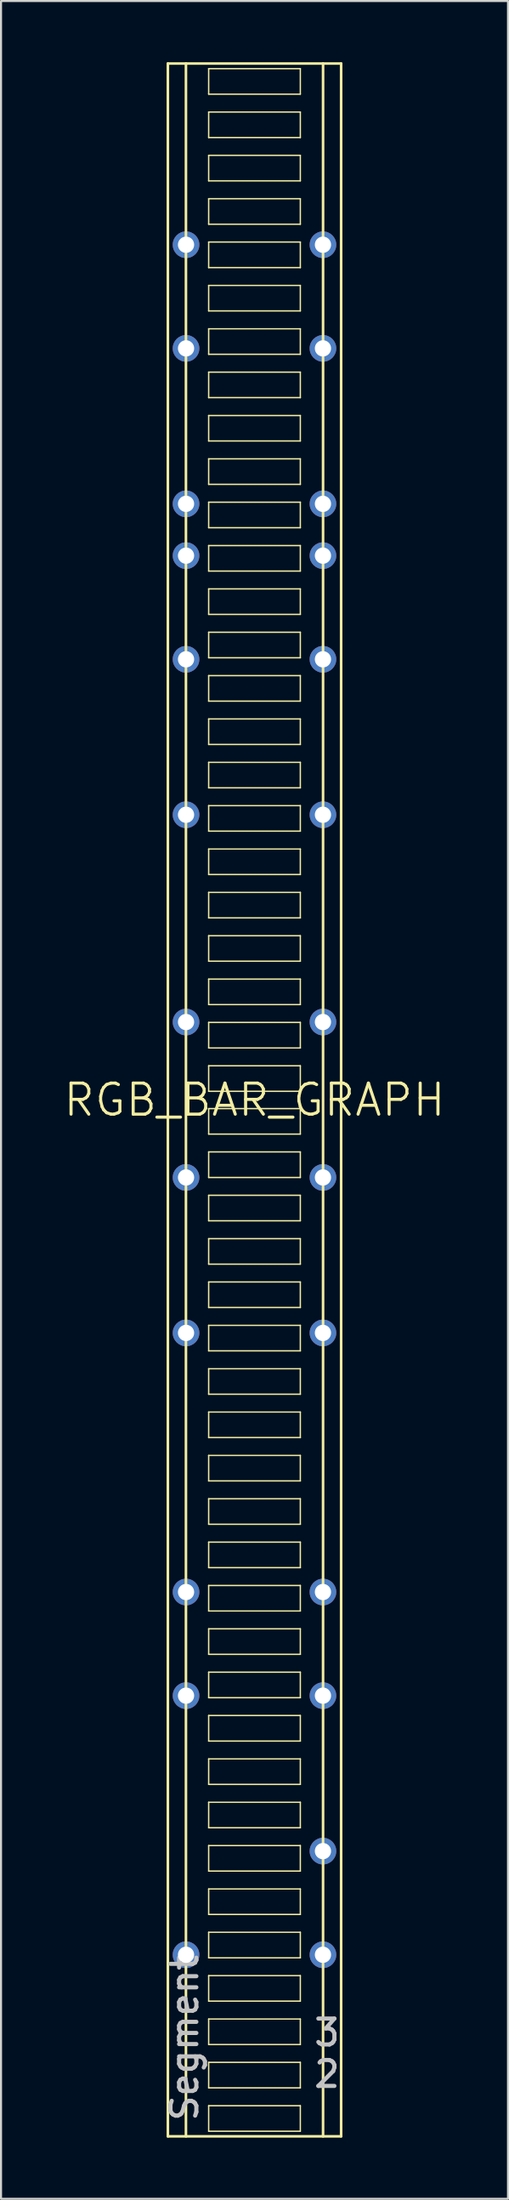
<source format=kicad_pcb>
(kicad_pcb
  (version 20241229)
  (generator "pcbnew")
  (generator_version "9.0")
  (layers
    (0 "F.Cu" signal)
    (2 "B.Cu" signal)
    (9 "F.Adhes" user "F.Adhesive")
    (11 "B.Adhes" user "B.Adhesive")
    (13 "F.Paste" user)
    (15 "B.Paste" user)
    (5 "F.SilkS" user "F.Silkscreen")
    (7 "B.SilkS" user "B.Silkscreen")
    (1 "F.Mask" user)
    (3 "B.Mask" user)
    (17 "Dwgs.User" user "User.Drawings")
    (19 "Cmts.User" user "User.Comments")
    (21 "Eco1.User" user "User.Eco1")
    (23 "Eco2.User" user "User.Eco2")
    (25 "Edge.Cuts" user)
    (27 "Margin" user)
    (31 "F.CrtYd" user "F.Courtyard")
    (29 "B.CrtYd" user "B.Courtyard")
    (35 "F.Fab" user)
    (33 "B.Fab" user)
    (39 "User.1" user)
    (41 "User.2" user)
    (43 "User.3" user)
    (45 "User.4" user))
  (footprint "RGB_BAR_GRAPH"
    (layer "F.Cu")
    (at 9.434 50.864)
    (property "Reference" "RGB_BAR_GRAPH" (at 0 0 0) (layer "F.SilkS") (effects (font (size 1.524 1.524) (thickness 0.15))))
    (attr exclude_from_pos_files exclude_from_bom)
    (fp_line (start -4.249 -50.8) (end 4.249 -50.8) (stroke (width 0.127) (type solid)) (layer "F.SilkS"))
    (fp_line (start -4.249 50.8) (end -4.249 -50.8) (stroke (width 0.127) (type solid)) (layer "F.SilkS"))
    (fp_line (start -3.363 -50.8) (end -3.363 50.8) (stroke (width 0.127) (type solid)) (layer "F.SilkS"))
    (fp_line (start -2.248 -50.549) (end 2.248 -50.549) (stroke (width 0.066) (type solid)) (layer "F.SilkS"))
    (fp_line (start -2.248 -49.299) (end -2.248 -50.549) (stroke (width 0.066) (type solid)) (layer "F.SilkS"))
    (fp_line (start -2.248 -49.299) (end 2.248 -49.299) (stroke (width 0.066) (type solid)) (layer "F.SilkS"))
    (fp_line (start -2.248 -48.423) (end 2.248 -48.423) (stroke (width 0.066) (type solid)) (layer "F.SilkS"))
    (fp_line (start -2.248 -47.173) (end -2.248 -48.423) (stroke (width 0.066) (type solid)) (layer "F.SilkS"))
    (fp_line (start -2.248 -47.173) (end 2.248 -47.173) (stroke (width 0.066) (type solid)) (layer "F.SilkS"))
    (fp_line (start -2.248 -46.299) (end 2.248 -46.299) (stroke (width 0.066) (type solid)) (layer "F.SilkS"))
    (fp_line (start -2.248 -45.049) (end -2.248 -46.299) (stroke (width 0.066) (type solid)) (layer "F.SilkS"))
    (fp_line (start -2.248 -45.049) (end 2.248 -45.049) (stroke (width 0.066) (type solid)) (layer "F.SilkS"))
    (fp_line (start -2.248 -44.173) (end 2.248 -44.173) (stroke (width 0.066) (type solid)) (layer "F.SilkS"))
    (fp_line (start -2.248 -42.923) (end -2.248 -44.173) (stroke (width 0.066) (type solid)) (layer "F.SilkS"))
    (fp_line (start -2.248 -42.923) (end 2.248 -42.923) (stroke (width 0.066) (type solid)) (layer "F.SilkS"))
    (fp_line (start -2.248 -42.05) (end 2.248 -42.05) (stroke (width 0.066) (type solid)) (layer "F.SilkS"))
    (fp_line (start -2.248 -40.797) (end -2.248 -42.05) (stroke (width 0.066) (type solid)) (layer "F.SilkS"))
    (fp_line (start -2.248 -40.797) (end 2.248 -40.797) (stroke (width 0.066) (type solid)) (layer "F.SilkS"))
    (fp_line (start -2.248 -39.924) (end 2.248 -39.924) (stroke (width 0.066) (type solid)) (layer "F.SilkS"))
    (fp_line (start -2.248 -38.674) (end -2.248 -39.924) (stroke (width 0.066) (type solid)) (layer "F.SilkS"))
    (fp_line (start -2.248 -38.674) (end 2.248 -38.674) (stroke (width 0.066) (type solid)) (layer "F.SilkS"))
    (fp_line (start -2.248 -37.798) (end 2.248 -37.798) (stroke (width 0.066) (type solid)) (layer "F.SilkS"))
    (fp_line (start -2.248 -36.548) (end -2.248 -37.798) (stroke (width 0.066) (type solid)) (layer "F.SilkS"))
    (fp_line (start -2.248 -36.548) (end 2.248 -36.548) (stroke (width 0.066) (type solid)) (layer "F.SilkS"))
    (fp_line (start -2.248 -35.674) (end 2.248 -35.674) (stroke (width 0.066) (type solid)) (layer "F.SilkS"))
    (fp_line (start -2.248 -34.425) (end -2.248 -35.674) (stroke (width 0.066) (type solid)) (layer "F.SilkS"))
    (fp_line (start -2.248 -34.425) (end 2.248 -34.425) (stroke (width 0.066) (type solid)) (layer "F.SilkS"))
    (fp_line (start -2.248 -33.548) (end 2.248 -33.548) (stroke (width 0.066) (type solid)) (layer "F.SilkS"))
    (fp_line (start -2.248 -32.299) (end -2.248 -33.548) (stroke (width 0.066) (type solid)) (layer "F.SilkS"))
    (fp_line (start -2.248 -32.299) (end 2.248 -32.299) (stroke (width 0.066) (type solid)) (layer "F.SilkS"))
    (fp_line (start -2.248 -31.425) (end 2.248 -31.425) (stroke (width 0.066) (type solid)) (layer "F.SilkS"))
    (fp_line (start -2.248 -30.173) (end -2.248 -31.425) (stroke (width 0.066) (type solid)) (layer "F.SilkS"))
    (fp_line (start -2.248 -30.173) (end 2.248 -30.173) (stroke (width 0.066) (type solid)) (layer "F.SilkS"))
    (fp_line (start -2.248 -29.299) (end 2.248 -29.299) (stroke (width 0.066) (type solid)) (layer "F.SilkS"))
    (fp_line (start -2.248 -28.049) (end -2.248 -29.299) (stroke (width 0.066) (type solid)) (layer "F.SilkS"))
    (fp_line (start -2.248 -28.049) (end 2.248 -28.049) (stroke (width 0.066) (type solid)) (layer "F.SilkS"))
    (fp_line (start -2.248 -27.173) (end 2.248 -27.173) (stroke (width 0.066) (type solid)) (layer "F.SilkS"))
    (fp_line (start -2.248 -25.923) (end -2.248 -27.173) (stroke (width 0.066) (type solid)) (layer "F.SilkS"))
    (fp_line (start -2.248 -25.923) (end 2.248 -25.923) (stroke (width 0.066) (type solid)) (layer "F.SilkS"))
    (fp_line (start -2.248 -25.049) (end 2.248 -25.049) (stroke (width 0.066) (type solid)) (layer "F.SilkS"))
    (fp_line (start -2.248 -23.8) (end -2.248 -25.049) (stroke (width 0.066) (type solid)) (layer "F.SilkS"))
    (fp_line (start -2.248 -23.8) (end 2.248 -23.8) (stroke (width 0.066) (type solid)) (layer "F.SilkS"))
    (fp_line (start -2.248 -22.924) (end 2.248 -22.924) (stroke (width 0.066) (type solid)) (layer "F.SilkS"))
    (fp_line (start -2.248 -21.674) (end -2.248 -22.924) (stroke (width 0.066) (type solid)) (layer "F.SilkS"))
    (fp_line (start -2.248 -21.674) (end 2.248 -21.674) (stroke (width 0.066) (type solid)) (layer "F.SilkS"))
    (fp_line (start -2.248 -20.798) (end 2.248 -20.798) (stroke (width 0.066) (type solid)) (layer "F.SilkS"))
    (fp_line (start -2.248 -19.548) (end -2.248 -20.798) (stroke (width 0.066) (type solid)) (layer "F.SilkS"))
    (fp_line (start -2.248 -19.548) (end 2.248 -19.548) (stroke (width 0.066) (type solid)) (layer "F.SilkS"))
    (fp_line (start -2.248 -18.674) (end 2.248 -18.674) (stroke (width 0.066) (type solid)) (layer "F.SilkS"))
    (fp_line (start -2.248 -17.424) (end -2.248 -18.674) (stroke (width 0.066) (type solid)) (layer "F.SilkS"))
    (fp_line (start -2.248 -17.424) (end 2.248 -17.424) (stroke (width 0.066) (type solid)) (layer "F.SilkS"))
    (fp_line (start -2.248 -16.548) (end 2.248 -16.548) (stroke (width 0.066) (type solid)) (layer "F.SilkS"))
    (fp_line (start -2.248 -15.298) (end -2.248 -16.548) (stroke (width 0.066) (type solid)) (layer "F.SilkS"))
    (fp_line (start -2.248 -15.298) (end 2.248 -15.298) (stroke (width 0.066) (type solid)) (layer "F.SilkS"))
    (fp_line (start -2.248 -14.425) (end 2.248 -14.425) (stroke (width 0.066) (type solid)) (layer "F.SilkS"))
    (fp_line (start -2.248 -13.175) (end -2.248 -14.425) (stroke (width 0.066) (type solid)) (layer "F.SilkS"))
    (fp_line (start -2.248 -13.175) (end 2.248 -13.175) (stroke (width 0.066) (type solid)) (layer "F.SilkS"))
    (fp_line (start -2.248 -12.299) (end 2.248 -12.299) (stroke (width 0.066) (type solid)) (layer "F.SilkS"))
    (fp_line (start -2.248 -11.049) (end -2.248 -12.299) (stroke (width 0.066) (type solid)) (layer "F.SilkS"))
    (fp_line (start -2.248 -11.049) (end 2.248 -11.049) (stroke (width 0.066) (type solid)) (layer "F.SilkS"))
    (fp_line (start -2.248 -10.173) (end 2.248 -10.173) (stroke (width 0.066) (type solid)) (layer "F.SilkS"))
    (fp_line (start -2.248 -8.923) (end -2.248 -10.173) (stroke (width 0.066) (type solid)) (layer "F.SilkS"))
    (fp_line (start -2.248 -8.923) (end 2.248 -8.923) (stroke (width 0.066) (type solid)) (layer "F.SilkS"))
    (fp_line (start -2.248 -8.049) (end 2.248 -8.049) (stroke (width 0.066) (type solid)) (layer "F.SilkS"))
    (fp_line (start -2.248 -6.8) (end -2.248 -8.049) (stroke (width 0.066) (type solid)) (layer "F.SilkS"))
    (fp_line (start -2.248 -6.8) (end 2.248 -6.8) (stroke (width 0.066) (type solid)) (layer "F.SilkS"))
    (fp_line (start -2.248 -5.923) (end 2.248 -5.923) (stroke (width 0.066) (type solid)) (layer "F.SilkS"))
    (fp_line (start -2.248 -4.674) (end -2.248 -5.923) (stroke (width 0.066) (type solid)) (layer "F.SilkS"))
    (fp_line (start -2.248 -4.674) (end 2.248 -4.674) (stroke (width 0.066) (type solid)) (layer "F.SilkS"))
    (fp_line (start -2.248 -3.8) (end 2.248 -3.8) (stroke (width 0.066) (type solid)) (layer "F.SilkS"))
    (fp_line (start -2.248 -2.548) (end -2.248 -3.8) (stroke (width 0.066) (type solid)) (layer "F.SilkS"))
    (fp_line (start -2.248 -2.548) (end 2.248 -2.548) (stroke (width 0.066) (type solid)) (layer "F.SilkS"))
    (fp_line (start -2.248 -1.674) (end 2.248 -1.674) (stroke (width 0.066) (type solid)) (layer "F.SilkS"))
    (fp_line (start -2.248 -0.424) (end -2.248 -1.674) (stroke (width 0.066) (type solid)) (layer "F.SilkS"))
    (fp_line (start -2.248 -0.424) (end 2.248 -0.424) (stroke (width 0.066) (type solid)) (layer "F.SilkS"))
    (fp_line (start -2.248 0.424) (end 2.248 0.424) (stroke (width 0.066) (type solid)) (layer "F.SilkS"))
    (fp_line (start -2.248 1.674) (end -2.248 0.424) (stroke (width 0.066) (type solid)) (layer "F.SilkS"))
    (fp_line (start -2.248 1.674) (end 2.248 1.674) (stroke (width 0.066) (type solid)) (layer "F.SilkS"))
    (fp_line (start -2.248 2.548) (end 2.248 2.548) (stroke (width 0.066) (type solid)) (layer "F.SilkS"))
    (fp_line (start -2.248 3.8) (end -2.248 2.548) (stroke (width 0.066) (type solid)) (layer "F.SilkS"))
    (fp_line (start -2.248 3.8) (end 2.248 3.8) (stroke (width 0.066) (type solid)) (layer "F.SilkS"))
    (fp_line (start -2.248 4.674) (end 2.248 4.674) (stroke (width 0.066) (type solid)) (layer "F.SilkS"))
    (fp_line (start -2.248 5.923) (end -2.248 4.674) (stroke (width 0.066) (type solid)) (layer "F.SilkS"))
    (fp_line (start -2.248 5.923) (end 2.248 5.923) (stroke (width 0.066) (type solid)) (layer "F.SilkS"))
    (fp_line (start -2.248 6.8) (end 2.248 6.8) (stroke (width 0.066) (type solid)) (layer "F.SilkS"))
    (fp_line (start -2.248 8.049) (end -2.248 6.8) (stroke (width 0.066) (type solid)) (layer "F.SilkS"))
    (fp_line (start -2.248 8.049) (end 2.248 8.049) (stroke (width 0.066) (type solid)) (layer "F.SilkS"))
    (fp_line (start -2.248 8.923) (end 2.248 8.923) (stroke (width 0.066) (type solid)) (layer "F.SilkS"))
    (fp_line (start -2.248 10.173) (end -2.248 8.923) (stroke (width 0.066) (type solid)) (layer "F.SilkS"))
    (fp_line (start -2.248 10.173) (end 2.248 10.173) (stroke (width 0.066) (type solid)) (layer "F.SilkS"))
    (fp_line (start -2.248 11.049) (end 2.248 11.049) (stroke (width 0.066) (type solid)) (layer "F.SilkS"))
    (fp_line (start -2.248 12.299) (end -2.248 11.049) (stroke (width 0.066) (type solid)) (layer "F.SilkS"))
    (fp_line (start -2.248 12.299) (end 2.248 12.299) (stroke (width 0.066) (type solid)) (layer "F.SilkS"))
    (fp_line (start -2.248 13.175) (end 2.248 13.175) (stroke (width 0.066) (type solid)) (layer "F.SilkS"))
    (fp_line (start -2.248 14.425) (end -2.248 13.175) (stroke (width 0.066) (type solid)) (layer "F.SilkS"))
    (fp_line (start -2.248 14.425) (end 2.248 14.425) (stroke (width 0.066) (type solid)) (layer "F.SilkS"))
    (fp_line (start -2.248 15.298) (end 2.248 15.298) (stroke (width 0.066) (type solid)) (layer "F.SilkS"))
    (fp_line (start -2.248 16.548) (end -2.248 15.298) (stroke (width 0.066) (type solid)) (layer "F.SilkS"))
    (fp_line (start -2.248 16.548) (end 2.248 16.548) (stroke (width 0.066) (type solid)) (layer "F.SilkS"))
    (fp_line (start -2.248 17.424) (end 2.248 17.424) (stroke (width 0.066) (type solid)) (layer "F.SilkS"))
    (fp_line (start -2.248 18.674) (end -2.248 17.424) (stroke (width 0.066) (type solid)) (layer "F.SilkS"))
    (fp_line (start -2.248 18.674) (end 2.248 18.674) (stroke (width 0.066) (type solid)) (layer "F.SilkS"))
    (fp_line (start -2.248 19.548) (end 2.248 19.548) (stroke (width 0.066) (type solid)) (layer "F.SilkS"))
    (fp_line (start -2.248 20.798) (end -2.248 19.548) (stroke (width 0.066) (type solid)) (layer "F.SilkS"))
    (fp_line (start -2.248 20.798) (end 2.248 20.798) (stroke (width 0.066) (type solid)) (layer "F.SilkS"))
    (fp_line (start -2.248 21.674) (end 2.248 21.674) (stroke (width 0.066) (type solid)) (layer "F.SilkS"))
    (fp_line (start -2.248 22.924) (end -2.248 21.674) (stroke (width 0.066) (type solid)) (layer "F.SilkS"))
    (fp_line (start -2.248 22.924) (end 2.248 22.924) (stroke (width 0.066) (type solid)) (layer "F.SilkS"))
    (fp_line (start -2.248 23.8) (end 2.248 23.8) (stroke (width 0.066) (type solid)) (layer "F.SilkS"))
    (fp_line (start -2.248 25.049) (end -2.248 23.8) (stroke (width 0.066) (type solid)) (layer "F.SilkS"))
    (fp_line (start -2.248 25.049) (end 2.248 25.049) (stroke (width 0.066) (type solid)) (layer "F.SilkS"))
    (fp_line (start -2.248 25.923) (end 2.248 25.923) (stroke (width 0.066) (type solid)) (layer "F.SilkS"))
    (fp_line (start -2.248 27.173) (end -2.248 25.923) (stroke (width 0.066) (type solid)) (layer "F.SilkS"))
    (fp_line (start -2.248 27.173) (end 2.248 27.173) (stroke (width 0.066) (type solid)) (layer "F.SilkS"))
    (fp_line (start -2.248 28.049) (end 2.248 28.049) (stroke (width 0.066) (type solid)) (layer "F.SilkS"))
    (fp_line (start -2.248 29.299) (end -2.248 28.049) (stroke (width 0.066) (type solid)) (layer "F.SilkS"))
    (fp_line (start -2.248 29.299) (end 2.248 29.299) (stroke (width 0.066) (type solid)) (layer "F.SilkS"))
    (fp_line (start -2.248 30.173) (end 2.248 30.173) (stroke (width 0.066) (type solid)) (layer "F.SilkS"))
    (fp_line (start -2.248 31.425) (end -2.248 30.173) (stroke (width 0.066) (type solid)) (layer "F.SilkS"))
    (fp_line (start -2.248 31.425) (end 2.248 31.425) (stroke (width 0.066) (type solid)) (layer "F.SilkS"))
    (fp_line (start -2.248 32.299) (end 2.248 32.299) (stroke (width 0.066) (type solid)) (layer "F.SilkS"))
    (fp_line (start -2.248 33.548) (end -2.248 32.299) (stroke (width 0.066) (type solid)) (layer "F.SilkS"))
    (fp_line (start -2.248 33.548) (end 2.248 33.548) (stroke (width 0.066) (type solid)) (layer "F.SilkS"))
    (fp_line (start -2.248 34.425) (end 2.248 34.425) (stroke (width 0.066) (type solid)) (layer "F.SilkS"))
    (fp_line (start -2.248 35.674) (end -2.248 34.425) (stroke (width 0.066) (type solid)) (layer "F.SilkS"))
    (fp_line (start -2.248 35.674) (end 2.248 35.674) (stroke (width 0.066) (type solid)) (layer "F.SilkS"))
    (fp_line (start -2.248 36.548) (end 2.248 36.548) (stroke (width 0.066) (type solid)) (layer "F.SilkS"))
    (fp_line (start -2.248 37.798) (end -2.248 36.548) (stroke (width 0.066) (type solid)) (layer "F.SilkS"))
    (fp_line (start -2.248 37.798) (end 2.248 37.798) (stroke (width 0.066) (type solid)) (layer "F.SilkS"))
    (fp_line (start -2.248 38.674) (end 2.248 38.674) (stroke (width 0.066) (type solid)) (layer "F.SilkS"))
    (fp_line (start -2.248 39.924) (end -2.248 38.674) (stroke (width 0.066) (type solid)) (layer "F.SilkS"))
    (fp_line (start -2.248 39.924) (end 2.248 39.924) (stroke (width 0.066) (type solid)) (layer "F.SilkS"))
    (fp_line (start -2.248 40.797) (end 2.248 40.797) (stroke (width 0.066) (type solid)) (layer "F.SilkS"))
    (fp_line (start -2.248 42.05) (end -2.248 40.797) (stroke (width 0.066) (type solid)) (layer "F.SilkS"))
    (fp_line (start -2.248 42.05) (end 2.248 42.05) (stroke (width 0.066) (type solid)) (layer "F.SilkS"))
    (fp_line (start -2.248 42.923) (end 2.248 42.923) (stroke (width 0.066) (type solid)) (layer "F.SilkS"))
    (fp_line (start -2.248 44.173) (end -2.248 42.923) (stroke (width 0.066) (type solid)) (layer "F.SilkS"))
    (fp_line (start -2.248 44.173) (end 2.248 44.173) (stroke (width 0.066) (type solid)) (layer "F.SilkS"))
    (fp_line (start -2.248 45.049) (end 2.248 45.049) (stroke (width 0.066) (type solid)) (layer "F.SilkS"))
    (fp_line (start -2.248 46.299) (end -2.248 45.049) (stroke (width 0.066) (type solid)) (layer "F.SilkS"))
    (fp_line (start -2.248 46.299) (end 2.248 46.299) (stroke (width 0.066) (type solid)) (layer "F.SilkS"))
    (fp_line (start -2.248 47.173) (end 2.248 47.173) (stroke (width 0.066) (type solid)) (layer "F.SilkS"))
    (fp_line (start -2.248 48.423) (end -2.248 47.173) (stroke (width 0.066) (type solid)) (layer "F.SilkS"))
    (fp_line (start -2.248 48.423) (end 2.248 48.423) (stroke (width 0.066) (type solid)) (layer "F.SilkS"))
    (fp_line (start -2.248 49.299) (end 2.248 49.299) (stroke (width 0.066) (type solid)) (layer "F.SilkS"))
    (fp_line (start -2.248 50.549) (end -2.248 49.299) (stroke (width 0.066) (type solid)) (layer "F.SilkS"))
    (fp_line (start -2.248 50.549) (end 2.248 50.549) (stroke (width 0.066) (type solid)) (layer "F.SilkS"))
    (fp_line (start 2.248 -49.299) (end 2.248 -50.549) (stroke (width 0.066) (type solid)) (layer "F.SilkS"))
    (fp_line (start 2.248 -47.173) (end 2.248 -48.423) (stroke (width 0.066) (type solid)) (layer "F.SilkS"))
    (fp_line (start 2.248 -45.049) (end 2.248 -46.299) (stroke (width 0.066) (type solid)) (layer "F.SilkS"))
    (fp_line (start 2.248 -42.923) (end 2.248 -44.173) (stroke (width 0.066) (type solid)) (layer "F.SilkS"))
    (fp_line (start 2.248 -40.797) (end 2.248 -42.05) (stroke (width 0.066) (type solid)) (layer "F.SilkS"))
    (fp_line (start 2.248 -38.674) (end 2.248 -39.924) (stroke (width 0.066) (type solid)) (layer "F.SilkS"))
    (fp_line (start 2.248 -36.548) (end 2.248 -37.798) (stroke (width 0.066) (type solid)) (layer "F.SilkS"))
    (fp_line (start 2.248 -34.425) (end 2.248 -35.674) (stroke (width 0.066) (type solid)) (layer "F.SilkS"))
    (fp_line (start 2.248 -32.299) (end 2.248 -33.548) (stroke (width 0.066) (type solid)) (layer "F.SilkS"))
    (fp_line (start 2.248 -30.173) (end 2.248 -31.425) (stroke (width 0.066) (type solid)) (layer "F.SilkS"))
    (fp_line (start 2.248 -28.049) (end 2.248 -29.299) (stroke (width 0.066) (type solid)) (layer "F.SilkS"))
    (fp_line (start 2.248 -25.923) (end 2.248 -27.173) (stroke (width 0.066) (type solid)) (layer "F.SilkS"))
    (fp_line (start 2.248 -23.8) (end 2.248 -25.049) (stroke (width 0.066) (type solid)) (layer "F.SilkS"))
    (fp_line (start 2.248 -21.674) (end 2.248 -22.924) (stroke (width 0.066) (type solid)) (layer "F.SilkS"))
    (fp_line (start 2.248 -19.548) (end 2.248 -20.798) (stroke (width 0.066) (type solid)) (layer "F.SilkS"))
    (fp_line (start 2.248 -17.424) (end 2.248 -18.674) (stroke (width 0.066) (type solid)) (layer "F.SilkS"))
    (fp_line (start 2.248 -15.298) (end 2.248 -16.548) (stroke (width 0.066) (type solid)) (layer "F.SilkS"))
    (fp_line (start 2.248 -13.175) (end 2.248 -14.425) (stroke (width 0.066) (type solid)) (layer "F.SilkS"))
    (fp_line (start 2.248 -11.049) (end 2.248 -12.299) (stroke (width 0.066) (type solid)) (layer "F.SilkS"))
    (fp_line (start 2.248 -8.923) (end 2.248 -10.173) (stroke (width 0.066) (type solid)) (layer "F.SilkS"))
    (fp_line (start 2.248 -6.8) (end 2.248 -8.049) (stroke (width 0.066) (type solid)) (layer "F.SilkS"))
    (fp_line (start 2.248 -4.674) (end 2.248 -5.923) (stroke (width 0.066) (type solid)) (layer "F.SilkS"))
    (fp_line (start 2.248 -2.548) (end 2.248 -3.8) (stroke (width 0.066) (type solid)) (layer "F.SilkS"))
    (fp_line (start 2.248 -0.424) (end 2.248 -1.674) (stroke (width 0.066) (type solid)) (layer "F.SilkS"))
    (fp_line (start 2.248 1.674) (end 2.248 0.424) (stroke (width 0.066) (type solid)) (layer "F.SilkS"))
    (fp_line (start 2.248 3.8) (end 2.248 2.548) (stroke (width 0.066) (type solid)) (layer "F.SilkS"))
    (fp_line (start 2.248 5.923) (end 2.248 4.674) (stroke (width 0.066) (type solid)) (layer "F.SilkS"))
    (fp_line (start 2.248 8.049) (end 2.248 6.8) (stroke (width 0.066) (type solid)) (layer "F.SilkS"))
    (fp_line (start 2.248 10.173) (end 2.248 8.923) (stroke (width 0.066) (type solid)) (layer "F.SilkS"))
    (fp_line (start 2.248 12.299) (end 2.248 11.049) (stroke (width 0.066) (type solid)) (layer "F.SilkS"))
    (fp_line (start 2.248 14.425) (end 2.248 13.175) (stroke (width 0.066) (type solid)) (layer "F.SilkS"))
    (fp_line (start 2.248 16.548) (end 2.248 15.298) (stroke (width 0.066) (type solid)) (layer "F.SilkS"))
    (fp_line (start 2.248 18.674) (end 2.248 17.424) (stroke (width 0.066) (type solid)) (layer "F.SilkS"))
    (fp_line (start 2.248 20.798) (end 2.248 19.548) (stroke (width 0.066) (type solid)) (layer "F.SilkS"))
    (fp_line (start 2.248 22.924) (end 2.248 21.674) (stroke (width 0.066) (type solid)) (layer "F.SilkS"))
    (fp_line (start 2.248 25.049) (end 2.248 23.8) (stroke (width 0.066) (type solid)) (layer "F.SilkS"))
    (fp_line (start 2.248 27.173) (end 2.248 25.923) (stroke (width 0.066) (type solid)) (layer "F.SilkS"))
    (fp_line (start 2.248 29.299) (end 2.248 28.049) (stroke (width 0.066) (type solid)) (layer "F.SilkS"))
    (fp_line (start 2.248 31.425) (end 2.248 30.173) (stroke (width 0.066) (type solid)) (layer "F.SilkS"))
    (fp_line (start 2.248 33.548) (end 2.248 32.299) (stroke (width 0.066) (type solid)) (layer "F.SilkS"))
    (fp_line (start 2.248 35.674) (end 2.248 34.425) (stroke (width 0.066) (type solid)) (layer "F.SilkS"))
    (fp_line (start 2.248 37.798) (end 2.248 36.548) (stroke (width 0.066) (type solid)) (layer "F.SilkS"))
    (fp_line (start 2.248 39.924) (end 2.248 38.674) (stroke (width 0.066) (type solid)) (layer "F.SilkS"))
    (fp_line (start 2.248 42.05) (end 2.248 40.797) (stroke (width 0.066) (type solid)) (layer "F.SilkS"))
    (fp_line (start 2.248 44.173) (end 2.248 42.923) (stroke (width 0.066) (type solid)) (layer "F.SilkS"))
    (fp_line (start 2.248 46.299) (end 2.248 45.049) (stroke (width 0.066) (type solid)) (layer "F.SilkS"))
    (fp_line (start 2.248 48.423) (end 2.248 47.173) (stroke (width 0.066) (type solid)) (layer "F.SilkS"))
    (fp_line (start 2.248 50.549) (end 2.248 49.299) (stroke (width 0.066) (type solid)) (layer "F.SilkS"))
    (fp_line (start 3.363 50.8) (end 3.363 -50.8) (stroke (width 0.127) (type solid)) (layer "F.SilkS"))
    (fp_line (start 4.249 -50.8) (end 4.249 50.8) (stroke (width 0.127) (type solid)) (layer "F.SilkS"))
    (fp_line (start 4.249 50.8) (end -4.249 50.8) (stroke (width 0.127) (type solid)) (layer "F.SilkS"))
    (fp_text user "3" (at 3.556 45.72 0) (layer "Dwgs.User") (effects (font (size 1.27 1.27) (thickness 0.203))))
    (fp_text user "2" (at 3.556 47.752 0) (layer "Dwgs.User") (effects (font (size 1.27 1.27) (thickness 0.203))))
    (fp_text user "Segment" (at -3.429 45.974 90) (layer "Dwgs.User") (effects (font (size 1.27 1.27) (thickness 0.203))))
    (pad "1" thru_hole circle (at 3.358 41.9) (size 1.306 1.306) (drill 0.798) (layers "*.Cu" "*.Paste" "*.Mask"))
    (pad "2" thru_hole circle (at 3.358 36.82) (size 1.306 1.306) (drill 0.798) (layers "*.Cu" "*.Paste" "*.Mask"))
    (pad "3" thru_hole circle (at 3.358 29.2) (size 1.306 1.306) (drill 0.798) (layers "*.Cu" "*.Paste" "*.Mask"))
    (pad "4" thru_hole circle (at 3.358 24.12) (size 1.306 1.306) (drill 0.798) (layers "*.Cu" "*.Paste" "*.Mask"))
    (pad "5" thru_hole circle (at 3.358 11.42) (size 1.306 1.306) (drill 0.798) (layers "*.Cu" "*.Paste" "*.Mask"))
    (pad "6" thru_hole circle (at 3.358 3.8) (size 1.306 1.306) (drill 0.798) (layers "*.Cu" "*.Paste" "*.Mask"))
    (pad "7" thru_hole circle (at 3.358 -3.818) (size 1.306 1.306) (drill 0.798) (layers "*.Cu" "*.Paste" "*.Mask"))
    (pad "8" thru_hole circle (at 3.358 -13.978) (size 1.306 1.306) (drill 0.798) (layers "*.Cu" "*.Paste" "*.Mask"))
    (pad "9" thru_hole circle (at 3.358 -21.598) (size 1.306 1.306) (drill 0.798) (layers "*.Cu" "*.Paste" "*.Mask"))
    (pad "10" thru_hole circle (at 3.358 -26.678) (size 1.306 1.306) (drill 0.798) (layers "*.Cu" "*.Paste" "*.Mask"))
    (pad "11" thru_hole circle (at 3.358 -29.218) (size 1.306 1.306) (drill 0.798) (layers "*.Cu" "*.Paste" "*.Mask"))
    (pad "12" thru_hole circle (at 3.358 -36.838) (size 1.306 1.306) (drill 0.798) (layers "*.Cu" "*.Paste" "*.Mask"))
    (pad "13" thru_hole circle (at 3.358 -41.918) (size 1.306 1.306) (drill 0.798) (layers "*.Cu" "*.Paste" "*.Mask"))
    (pad "14" thru_hole circle (at -3.358 -41.918) (size 1.306 1.306) (drill 0.798) (layers "*.Cu" "*.Paste" "*.Mask"))
    (pad "15" thru_hole circle (at -3.358 -36.838) (size 1.306 1.306) (drill 0.798) (layers "*.Cu" "*.Paste" "*.Mask"))
    (pad "16" thru_hole circle (at -3.358 -29.218) (size 1.306 1.306) (drill 0.798) (layers "*.Cu" "*.Paste" "*.Mask"))
    (pad "17" thru_hole circle (at -3.358 -26.678) (size 1.306 1.306) (drill 0.798) (layers "*.Cu" "*.Paste" "*.Mask"))
    (pad "18" thru_hole circle (at -3.358 -21.598) (size 1.306 1.306) (drill 0.798) (layers "*.Cu" "*.Paste" "*.Mask"))
    (pad "19" thru_hole circle (at -3.358 -13.978) (size 1.306 1.306) (drill 0.798) (layers "*.Cu" "*.Paste" "*.Mask"))
    (pad "20" thru_hole circle (at -3.358 -3.818) (size 1.306 1.306) (drill 0.798) (layers "*.Cu" "*.Paste" "*.Mask"))
    (pad "21" thru_hole circle (at -3.358 3.8) (size 1.306 1.306) (drill 0.798) (layers "*.Cu" "*.Paste" "*.Mask"))
    (pad "22" thru_hole circle (at -3.358 11.42) (size 1.306 1.306) (drill 0.798) (layers "*.Cu" "*.Paste" "*.Mask"))
    (pad "23" thru_hole circle (at -3.358 24.12) (size 1.306 1.306) (drill 0.798) (layers "*.Cu" "*.Paste" "*.Mask"))
    (pad "24" thru_hole circle (at -3.358 29.2) (size 1.306 1.306) (drill 0.798) (layers "*.Cu" "*.Paste" "*.Mask"))
    (pad "25" thru_hole circle (at -3.358 41.9) (size 1.306 1.306) (drill 0.798) (layers "*.Cu" "*.Paste" "*.Mask")))
  (gr_rect
    (start -3 -3)
    (end 21.869 104.727)
    (stroke (width 0.1) (type default))
    (fill no)
    (layer "Edge.Cuts")))
</source>
